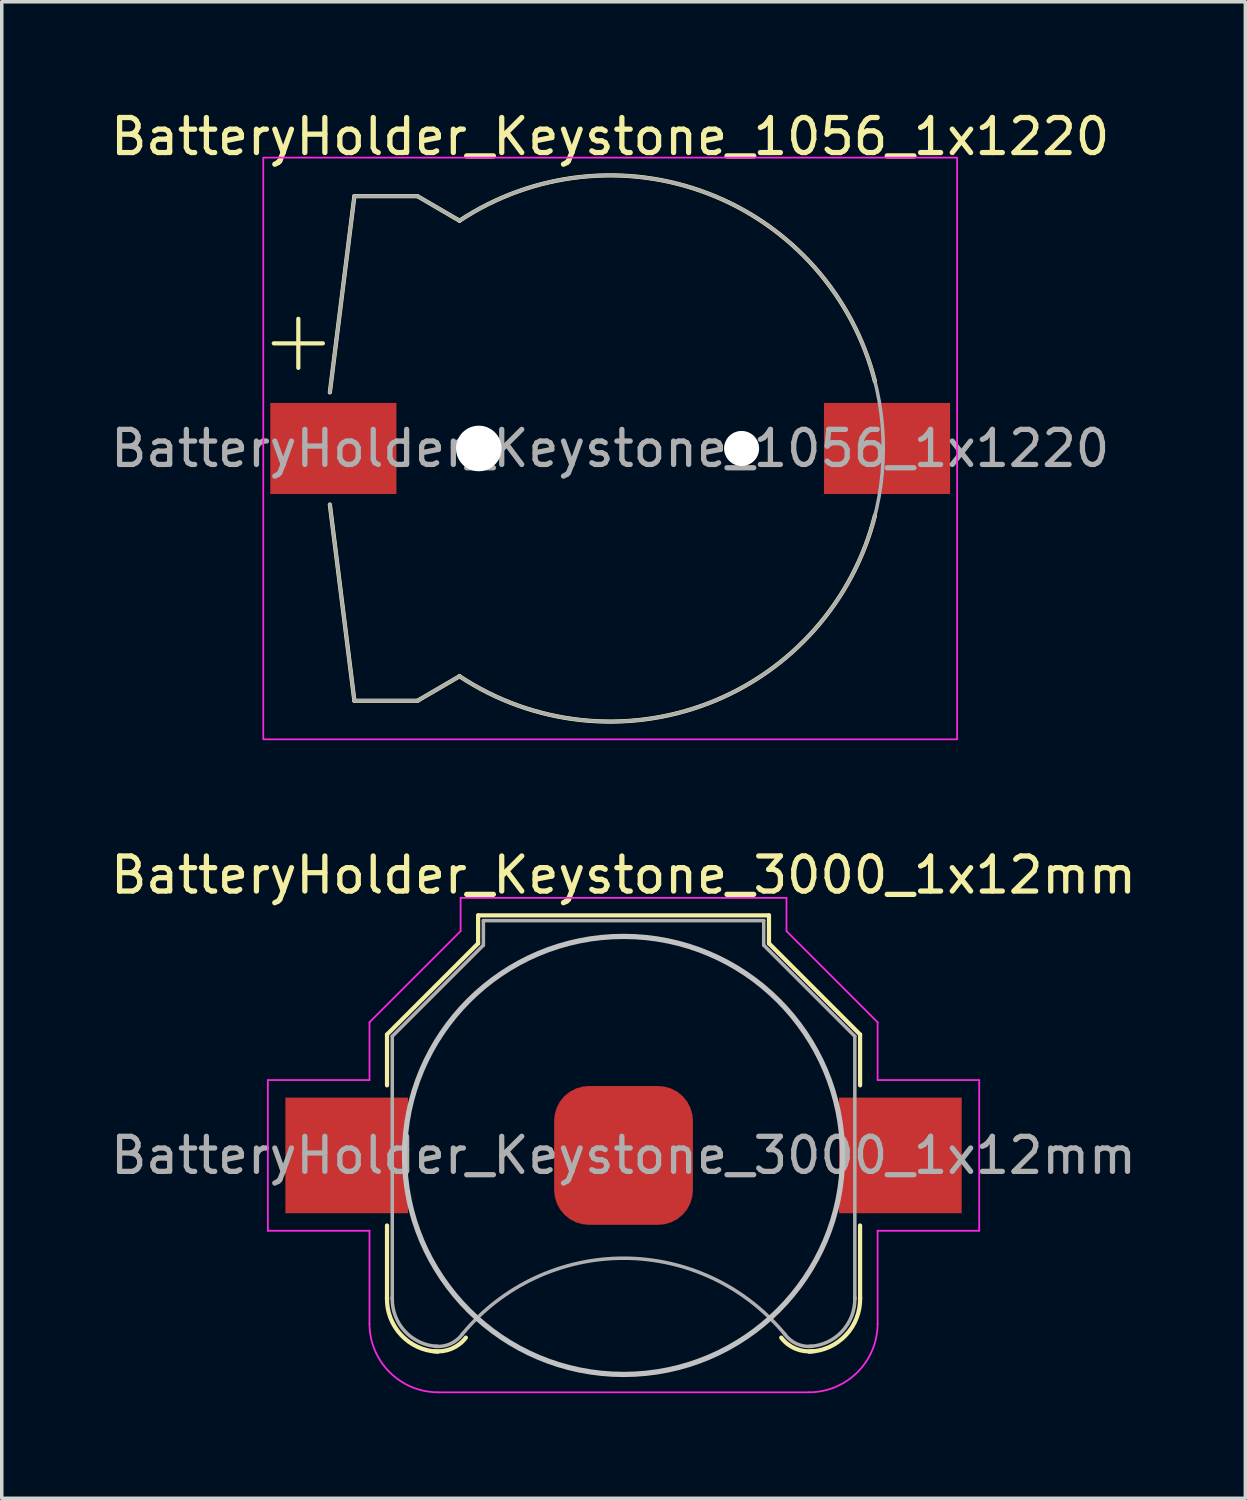
<source format=kicad_pcb>
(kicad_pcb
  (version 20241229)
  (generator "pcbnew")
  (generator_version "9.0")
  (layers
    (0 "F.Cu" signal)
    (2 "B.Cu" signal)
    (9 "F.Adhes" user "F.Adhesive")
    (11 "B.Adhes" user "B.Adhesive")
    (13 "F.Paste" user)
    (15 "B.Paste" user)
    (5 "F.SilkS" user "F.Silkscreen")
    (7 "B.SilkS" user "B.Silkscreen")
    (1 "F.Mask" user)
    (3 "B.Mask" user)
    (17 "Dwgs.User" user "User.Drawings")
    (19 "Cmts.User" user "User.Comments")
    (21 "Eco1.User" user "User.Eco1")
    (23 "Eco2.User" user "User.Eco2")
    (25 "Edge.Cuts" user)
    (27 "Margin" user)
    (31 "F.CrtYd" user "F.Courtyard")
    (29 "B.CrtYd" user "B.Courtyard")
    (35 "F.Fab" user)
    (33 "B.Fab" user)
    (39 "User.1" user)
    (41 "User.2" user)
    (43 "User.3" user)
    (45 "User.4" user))
  (footprint "BatteryHolder_Keystone_1056_1x1220"
    (layer "F.Cu")
    (at 14.363 9.748)
    (property "Reference" "BatteryHolder_Keystone_1056_1x1220" (at 0 -8.9 0) (unlocked yes) (layer "F.SilkS") (effects (font (size 1 1) (thickness 0.15))))
    (attr smd)
    (fp_line (start -9.6 -3) (end -8.2 -3) (stroke (width 0.12) (type default)) (layer "F.SilkS"))
    (fp_line (start -8.9 -3.7) (end -8.9 -2.3) (stroke (width 0.12) (type default)) (layer "F.SilkS"))
    (fp_line (start -7.3 -7.2) (end -8 -1.6) (stroke (width 0.12) (type default)) (layer "F.SilkS"))
    (fp_line (start -7.3 7.2) (end -8 1.6) (stroke (width 0.12) (type default)) (layer "F.SilkS"))
    (fp_line (start -5.5 -7.2) (end -7.3 -7.2) (stroke (width 0.12) (type default)) (layer "F.SilkS"))
    (fp_line (start -5.5 7.2) (end -7.3 7.2) (stroke (width 0.12) (type default)) (layer "F.SilkS"))
    (fp_line (start -4.3 -6.5) (end -5.5 -7.2) (stroke (width 0.12) (type default)) (layer "F.SilkS"))
    (fp_line (start -4.3 6.5) (end -5.5 7.2) (stroke (width 0.12) (type default)) (layer "F.SilkS"))
    (fp_arc (start -4.300001 -6.5) (mid 2.811881 -7.268653) (end 7.554926 -1.913915) (stroke (width 0.12) (type default)) (layer "F.SilkS"))
    (fp_arc (start 7.554927 1.913915) (mid 2.811882 7.268653) (end -4.3 6.5) (stroke (width 0.12) (type default)) (layer "F.SilkS"))
    (fp_rect (start 9.9 -8.3) (end -9.9 8.3) (stroke (width 0.05) (type default)) (fill no) (layer "F.CrtYd"))
    (fp_line (start -7.3 -7.2) (end -8 -1.6) (stroke (width 0.1) (type default)) (layer "F.Fab"))
    (fp_line (start -7.3 7.2) (end -8 1.6) (stroke (width 0.1) (type default)) (layer "F.Fab"))
    (fp_line (start -5.5 -7.2) (end -7.3 -7.2) (stroke (width 0.1) (type default)) (layer "F.Fab"))
    (fp_line (start -5.5 7.2) (end -7.3 7.2) (stroke (width 0.1) (type default)) (layer "F.Fab"))
    (fp_line (start -4.3 6.5) (end -5.5 7.2) (stroke (width 0.1) (type default)) (layer "F.Fab"))
    (fp_line (start -4.3 -6.5) (end -5.5 -7.2) (stroke (width 0.1) (type default)) (layer "F.Fab"))
    (fp_arc (start -4.3 -6.499999) (mid 7.793588 0) (end -4.300001 6.499999) (stroke (width 0.1) (type default)) (layer "F.Fab"))
    (fp_text user "${REFERENCE}" (at 0.000001 0 0) (unlocked yes) (layer "F.Fab") (effects (font (size 1 1) (thickness 0.15))))
    (pad "" np_thru_hole circle (at -3.75 0) (size 1.3 1.3) (drill 1.3) (layers "*.Cu" "*.Mask"))
    (pad "" np_thru_hole circle (at 3.75 0) (size 1 1) (drill 1) (layers "*.Cu" "*.Mask"))
    (pad "1" smd rect (at -7.9 0) (size 3.6 2.6) (layers "F.Cu" "F.Mask" "F.Paste"))
    (pad "2" smd rect (at 7.9 0) (size 3.6 2.6) (layers "F.Cu" "F.Mask" "F.Paste")))
  (footprint "BatteryHolder_Keystone_3000_1x12mm"
    (layer "F.Cu")
    (at 14.744 29.922)
    (property "Reference" "BatteryHolder_Keystone_3000_1x12mm" (at 0 -8 0) (layer "F.SilkS") (effects (font (size 1 1) (thickness 0.15))))
    (attr smd)
    (fp_line (start -6.75 -3.45) (end -4.15 -6.05) (stroke (width 0.12) (type solid)) (layer "F.SilkS"))
    (fp_line (start -6.75 -2) (end -6.75 -3.45) (stroke (width 0.12) (type solid)) (layer "F.SilkS"))
    (fp_line (start -6.75 2) (end -6.75 4.1) (stroke (width 0.12) (type solid)) (layer "F.SilkS"))
    (fp_line (start -4.15 -6.85) (end 4.15 -6.85) (stroke (width 0.12) (type solid)) (layer "F.SilkS"))
    (fp_line (start -4.15 -6.05) (end -4.15 -6.85) (stroke (width 0.12) (type solid)) (layer "F.SilkS"))
    (fp_line (start 4.15 -6.85) (end 4.15 -6.05) (stroke (width 0.12) (type solid)) (layer "F.SilkS"))
    (fp_line (start 4.15 -6.05) (end 6.75 -3.45) (stroke (width 0.12) (type solid)) (layer "F.SilkS"))
    (fp_line (start 6.75 -3.45) (end 6.75 -2) (stroke (width 0.12) (type solid)) (layer "F.SilkS"))
    (fp_line (start 6.75 2) (end 6.75 4.1) (stroke (width 0.12) (type solid)) (layer "F.SilkS"))
    (fp_arc (start -5.3 5.6) (mid -6.346016 5.125305) (end -6.75 4.05) (stroke (width 0.12) (type solid)) (layer "F.SilkS"))
    (fp_arc (start -4.5 5.2) (mid -4.90584 5.514615) (end -5.414615 5.58416) (stroke (width 0.12) (type solid)) (layer "F.SilkS"))
    (fp_arc (start 5.414615 5.58416) (mid 4.90584 5.514615) (end 4.5 5.2) (stroke (width 0.12) (type solid)) (layer "F.SilkS"))
    (fp_arc (start 6.75 4.05) (mid 6.346016 5.125305) (end 5.3 5.6) (stroke (width 0.12) (type solid)) (layer "F.SilkS"))
    (fp_circle (center 0 0) (end 0 6.25) (stroke (width 0.15) (type solid)) (fill no) (layer "Dwgs.User"))
    (fp_line (start -10.15 -2.15) (end -10.15 2.15) (stroke (width 0.05) (type solid)) (layer "F.CrtYd"))
    (fp_line (start -10.15 2.15) (end -7.25 2.15) (stroke (width 0.05) (type solid)) (layer "F.CrtYd"))
    (fp_line (start -7.25 -3.8) (end -4.65 -6.4) (stroke (width 0.05) (type solid)) (layer "F.CrtYd"))
    (fp_line (start -7.25 -2.15) (end -10.15 -2.15) (stroke (width 0.05) (type solid)) (layer "F.CrtYd"))
    (fp_line (start -7.25 -2.15) (end -7.25 -3.8) (stroke (width 0.05) (type solid)) (layer "F.CrtYd"))
    (fp_line (start -7.25 2.15) (end -7.25 4.8) (stroke (width 0.05) (type solid)) (layer "F.CrtYd"))
    (fp_line (start -5.29 6.76) (end 5.29 6.76) (stroke (width 0.05) (type solid)) (layer "F.CrtYd"))
    (fp_line (start -4.65 -7.35) (end 4.65 -7.35) (stroke (width 0.05) (type solid)) (layer "F.CrtYd"))
    (fp_line (start -4.65 -6.4) (end -4.65 -7.35) (stroke (width 0.05) (type solid)) (layer "F.CrtYd"))
    (fp_line (start 4.65 -6.4) (end 4.65 -7.35) (stroke (width 0.05) (type solid)) (layer "F.CrtYd"))
    (fp_line (start 7.25 -3.8) (end 4.65 -6.4) (stroke (width 0.05) (type solid)) (layer "F.CrtYd"))
    (fp_line (start 7.25 -2.15) (end 7.25 -3.8) (stroke (width 0.05) (type solid)) (layer "F.CrtYd"))
    (fp_line (start 7.25 -2.15) (end 10.15 -2.15) (stroke (width 0.05) (type solid)) (layer "F.CrtYd"))
    (fp_line (start 7.25 2.15) (end 7.25 4.8) (stroke (width 0.05) (type solid)) (layer "F.CrtYd"))
    (fp_line (start 10.15 -2.15) (end 10.15 2.15) (stroke (width 0.05) (type solid)) (layer "F.CrtYd"))
    (fp_line (start 10.15 2.15) (end 7.25 2.15) (stroke (width 0.05) (type solid)) (layer "F.CrtYd"))
    (fp_arc (start -5.29 6.76) (mid -6.675929 6.185929) (end -7.25 4.8) (stroke (width 0.05) (type solid)) (layer "F.CrtYd"))
    (fp_arc (start 7.25 4.8) (mid 6.675929 6.185929) (end 5.29 6.76) (stroke (width 0.05) (type solid)) (layer "F.CrtYd"))
    (fp_line (start -6.6 -3.4) (end -6.6 4.1) (stroke (width 0.1) (type solid)) (layer "F.Fab"))
    (fp_line (start -4 -6.7) (end -4 -6) (stroke (width 0.1) (type solid)) (layer "F.Fab"))
    (fp_line (start -4 -6.7) (end 4 -6.7) (stroke (width 0.1) (type solid)) (layer "F.Fab"))
    (fp_line (start -4 -6) (end -6.6 -3.4) (stroke (width 0.1) (type solid)) (layer "F.Fab"))
    (fp_line (start 4 -6.7) (end 4 -6) (stroke (width 0.1) (type solid)) (layer "F.Fab"))
    (fp_line (start 4 -6) (end 6.6 -3.4) (stroke (width 0.1) (type solid)) (layer "F.Fab"))
    (fp_line (start 6.6 -3.4) (end 6.6 4.1) (stroke (width 0.1) (type solid)) (layer "F.Fab"))
    (fp_arc (start -5.3 5.45) (mid -6.239949 5.019239) (end -6.6 4.05) (stroke (width 0.1) (type solid)) (layer "F.Fab"))
    (fp_arc (start -4.6 5.1) (mid -4.942443 5.378013) (end -5.378013 5.447558) (stroke (width 0.1) (type solid)) (layer "F.Fab"))
    (fp_arc (start -4.6 5.1) (mid 0.006214 2.93343) (end 4.607905 5.109589) (stroke (width 0.1) (type solid)) (layer "F.Fab"))
    (fp_arc (start 5.378013 5.447558) (mid 4.942442 5.378013) (end 4.6 5.1) (stroke (width 0.1) (type solid)) (layer "F.Fab"))
    (fp_arc (start 6.6 4.05) (mid 6.239949 5.019239) (end 5.3 5.45) (stroke (width 0.1) (type solid)) (layer "F.Fab"))
    (fp_text user "${REFERENCE}" (at 0 0 0) (layer "F.Fab") (effects (font (size 1 1) (thickness 0.15))))
    (pad "1" smd rect (at -7.9 0) (size 3.5 3.3) (layers "F.Cu" "F.Mask" "F.Paste"))
    (pad "1" smd rect (at 7.9 0) (size 3.5 3.3) (layers "F.Cu" "F.Mask" "F.Paste"))
    (pad "2" smd roundrect (at 0 0) (size 3.96 3.96) (layers "F.Cu" "F.Mask") (roundrect_rratio 0.25)))
  (gr_rect
    (start -3 -3)
    (end 32.488 39.706)
    (stroke (width 0.1) (type default))
    (fill no)
    (layer "Edge.Cuts")))
</source>
